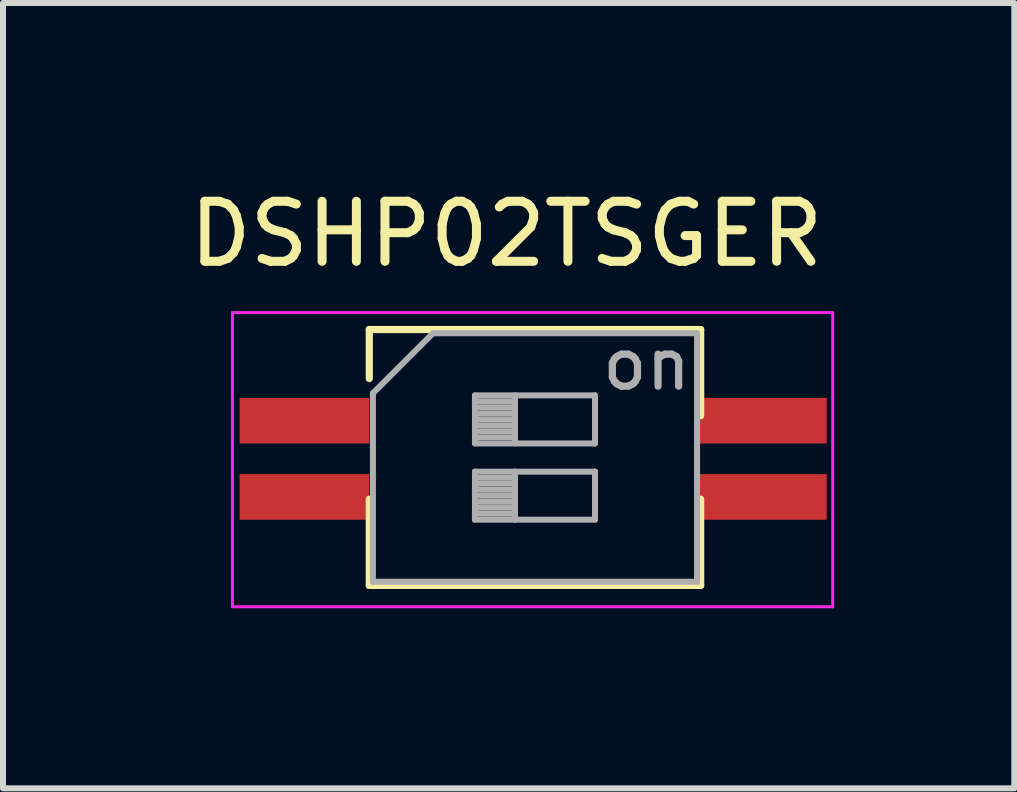
<source format=kicad_pcb>
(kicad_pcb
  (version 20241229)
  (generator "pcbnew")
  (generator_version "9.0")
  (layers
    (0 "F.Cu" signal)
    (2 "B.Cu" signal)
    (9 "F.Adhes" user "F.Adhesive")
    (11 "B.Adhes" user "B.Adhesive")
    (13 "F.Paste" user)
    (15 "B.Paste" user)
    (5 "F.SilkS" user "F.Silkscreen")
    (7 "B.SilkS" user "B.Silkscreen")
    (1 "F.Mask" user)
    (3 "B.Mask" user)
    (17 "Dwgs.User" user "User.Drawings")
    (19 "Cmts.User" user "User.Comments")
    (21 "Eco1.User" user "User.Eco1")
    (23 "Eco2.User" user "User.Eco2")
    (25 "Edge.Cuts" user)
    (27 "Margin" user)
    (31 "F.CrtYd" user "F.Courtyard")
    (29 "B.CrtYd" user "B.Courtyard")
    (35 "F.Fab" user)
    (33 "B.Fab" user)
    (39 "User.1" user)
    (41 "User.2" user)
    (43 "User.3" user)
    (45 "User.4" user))
  (footprint "DSHP02TSGER"
    (layer "F.Cu")
    (at 2.022 3.958)
    (property "Reference" "DSHP02TSGER" (at 3.365 -3.11 0) (layer "F.SilkS") (effects (font (size 1 1) (thickness 0.15))))
    (attr smd)
    (fp_line (start 1.08 -1.518) (end 1.08 -0.702) (stroke (width 0.12) (type solid)) (layer "F.SilkS"))
    (fp_line (start 1.08 -1.518) (end 6.6 -1.518) (stroke (width 0.12) (type solid)) (layer "F.SilkS"))
    (fp_line (start 1.08 1.308) (end 1.08 2.744) (stroke (width 0.12) (type solid)) (layer "F.SilkS"))
    (fp_line (start 1.08 2.744) (end 6.6 2.744) (stroke (width 0.12) (type solid)) (layer "F.SilkS"))
    (fp_line (start 6.6 -1.518) (end 6.6 -0.083) (stroke (width 0.12) (type solid)) (layer "F.SilkS"))
    (fp_line (start 6.6 1.308) (end 6.6 2.744) (stroke (width 0.12) (type solid)) (layer "F.SilkS"))
    (fp_line (start -1.2 -1.8) (end -1.2 3.1) (stroke (width 0.05) (type solid)) (layer "F.CrtYd"))
    (fp_line (start 8.8 -1.8) (end -1.2 -1.8) (stroke (width 0.05) (type solid)) (layer "F.CrtYd"))
    (fp_line (start 8.8 3.1) (end -1.2 3.1) (stroke (width 0.05) (type solid)) (layer "F.CrtYd"))
    (fp_line (start 8.8 3.1) (end 8.8 -1.8) (stroke (width 0.05) (type solid)) (layer "F.CrtYd"))
    (fp_line (start 1.14 -0.457) (end 2.14 -1.456) (stroke (width 0.1) (type solid)) (layer "F.Fab"))
    (fp_line (start 1.14 2.683) (end 1.14 -0.457) (stroke (width 0.1) (type solid)) (layer "F.Fab"))
    (fp_line (start 2.14 -1.456) (end 6.54 -1.456) (stroke (width 0.1) (type solid)) (layer "F.Fab"))
    (fp_line (start 2.84 -0.421) (end 2.84 0.379) (stroke (width 0.1) (type solid)) (layer "F.Fab"))
    (fp_line (start 2.84 -0.322) (end 3.507 -0.322) (stroke (width 0.1) (type solid)) (layer "F.Fab"))
    (fp_line (start 2.84 -0.222) (end 3.507 -0.222) (stroke (width 0.1) (type solid)) (layer "F.Fab"))
    (fp_line (start 2.84 -0.121) (end 3.507 -0.121) (stroke (width 0.1) (type solid)) (layer "F.Fab"))
    (fp_line (start 2.84 -0.021) (end 3.507 -0.021) (stroke (width 0.1) (type solid)) (layer "F.Fab"))
    (fp_line (start 2.84 0.079) (end 3.507 0.079) (stroke (width 0.1) (type solid)) (layer "F.Fab"))
    (fp_line (start 2.84 0.178) (end 3.507 0.178) (stroke (width 0.1) (type solid)) (layer "F.Fab"))
    (fp_line (start 2.84 0.279) (end 3.507 0.279) (stroke (width 0.1) (type solid)) (layer "F.Fab"))
    (fp_line (start 2.84 0.379) (end 4.84 0.379) (stroke (width 0.1) (type solid)) (layer "F.Fab"))
    (fp_line (start 2.84 0.849) (end 2.84 1.649) (stroke (width 0.1) (type solid)) (layer "F.Fab"))
    (fp_line (start 2.84 0.949) (end 3.507 0.949) (stroke (width 0.1) (type solid)) (layer "F.Fab"))
    (fp_line (start 2.84 1.048) (end 3.507 1.048) (stroke (width 0.1) (type solid)) (layer "F.Fab"))
    (fp_line (start 2.84 1.149) (end 3.507 1.149) (stroke (width 0.1) (type solid)) (layer "F.Fab"))
    (fp_line (start 2.84 1.248) (end 3.507 1.248) (stroke (width 0.1) (type solid)) (layer "F.Fab"))
    (fp_line (start 2.84 1.349) (end 3.507 1.349) (stroke (width 0.1) (type solid)) (layer "F.Fab"))
    (fp_line (start 2.84 1.448) (end 3.507 1.448) (stroke (width 0.1) (type solid)) (layer "F.Fab"))
    (fp_line (start 2.84 1.548) (end 3.507 1.548) (stroke (width 0.1) (type solid)) (layer "F.Fab"))
    (fp_line (start 2.84 1.649) (end 4.84 1.649) (stroke (width 0.1) (type solid)) (layer "F.Fab"))
    (fp_line (start 3.507 -0.421) (end 3.507 0.379) (stroke (width 0.1) (type solid)) (layer "F.Fab"))
    (fp_line (start 3.507 0.849) (end 3.507 1.649) (stroke (width 0.1) (type solid)) (layer "F.Fab"))
    (fp_line (start 4.84 -0.421) (end 2.84 -0.421) (stroke (width 0.1) (type solid)) (layer "F.Fab"))
    (fp_line (start 4.84 0.379) (end 4.84 -0.421) (stroke (width 0.1) (type solid)) (layer "F.Fab"))
    (fp_line (start 4.84 0.849) (end 2.84 0.849) (stroke (width 0.1) (type solid)) (layer "F.Fab"))
    (fp_line (start 4.84 1.649) (end 4.84 0.849) (stroke (width 0.1) (type solid)) (layer "F.Fab"))
    (fp_line (start 6.54 -1.456) (end 6.54 2.683) (stroke (width 0.1) (type solid)) (layer "F.Fab"))
    (fp_line (start 6.54 2.683) (end 1.14 2.683) (stroke (width 0.1) (type solid)) (layer "F.Fab"))
    (fp_text user "on" (at 5.7 -0.939 0) (layer "F.Fab") (effects (font (size 0.8 0.8) (thickness 0.12))))
    (pad "1" smd rect (at 0 0) (size 2.16 0.76) (layers "F.Cu" "F.Mask" "F.Paste"))
    (pad "2" smd rect (at 0 1.27) (size 2.16 0.76) (layers "F.Cu" "F.Mask" "F.Paste"))
    (pad "3" smd rect (at 7.62 1.27) (size 2.16 0.76) (layers "F.Cu" "F.Mask" "F.Paste"))
    (pad "4" smd rect (at 7.62 0) (size 2.16 0.76) (layers "F.Cu" "F.Mask" "F.Paste")))
  (gr_rect
    (start -3 -3)
    (end 13.847 10.083)
    (stroke (width 0.1) (type default))
    (fill no)
    (layer "Edge.Cuts")))
</source>
